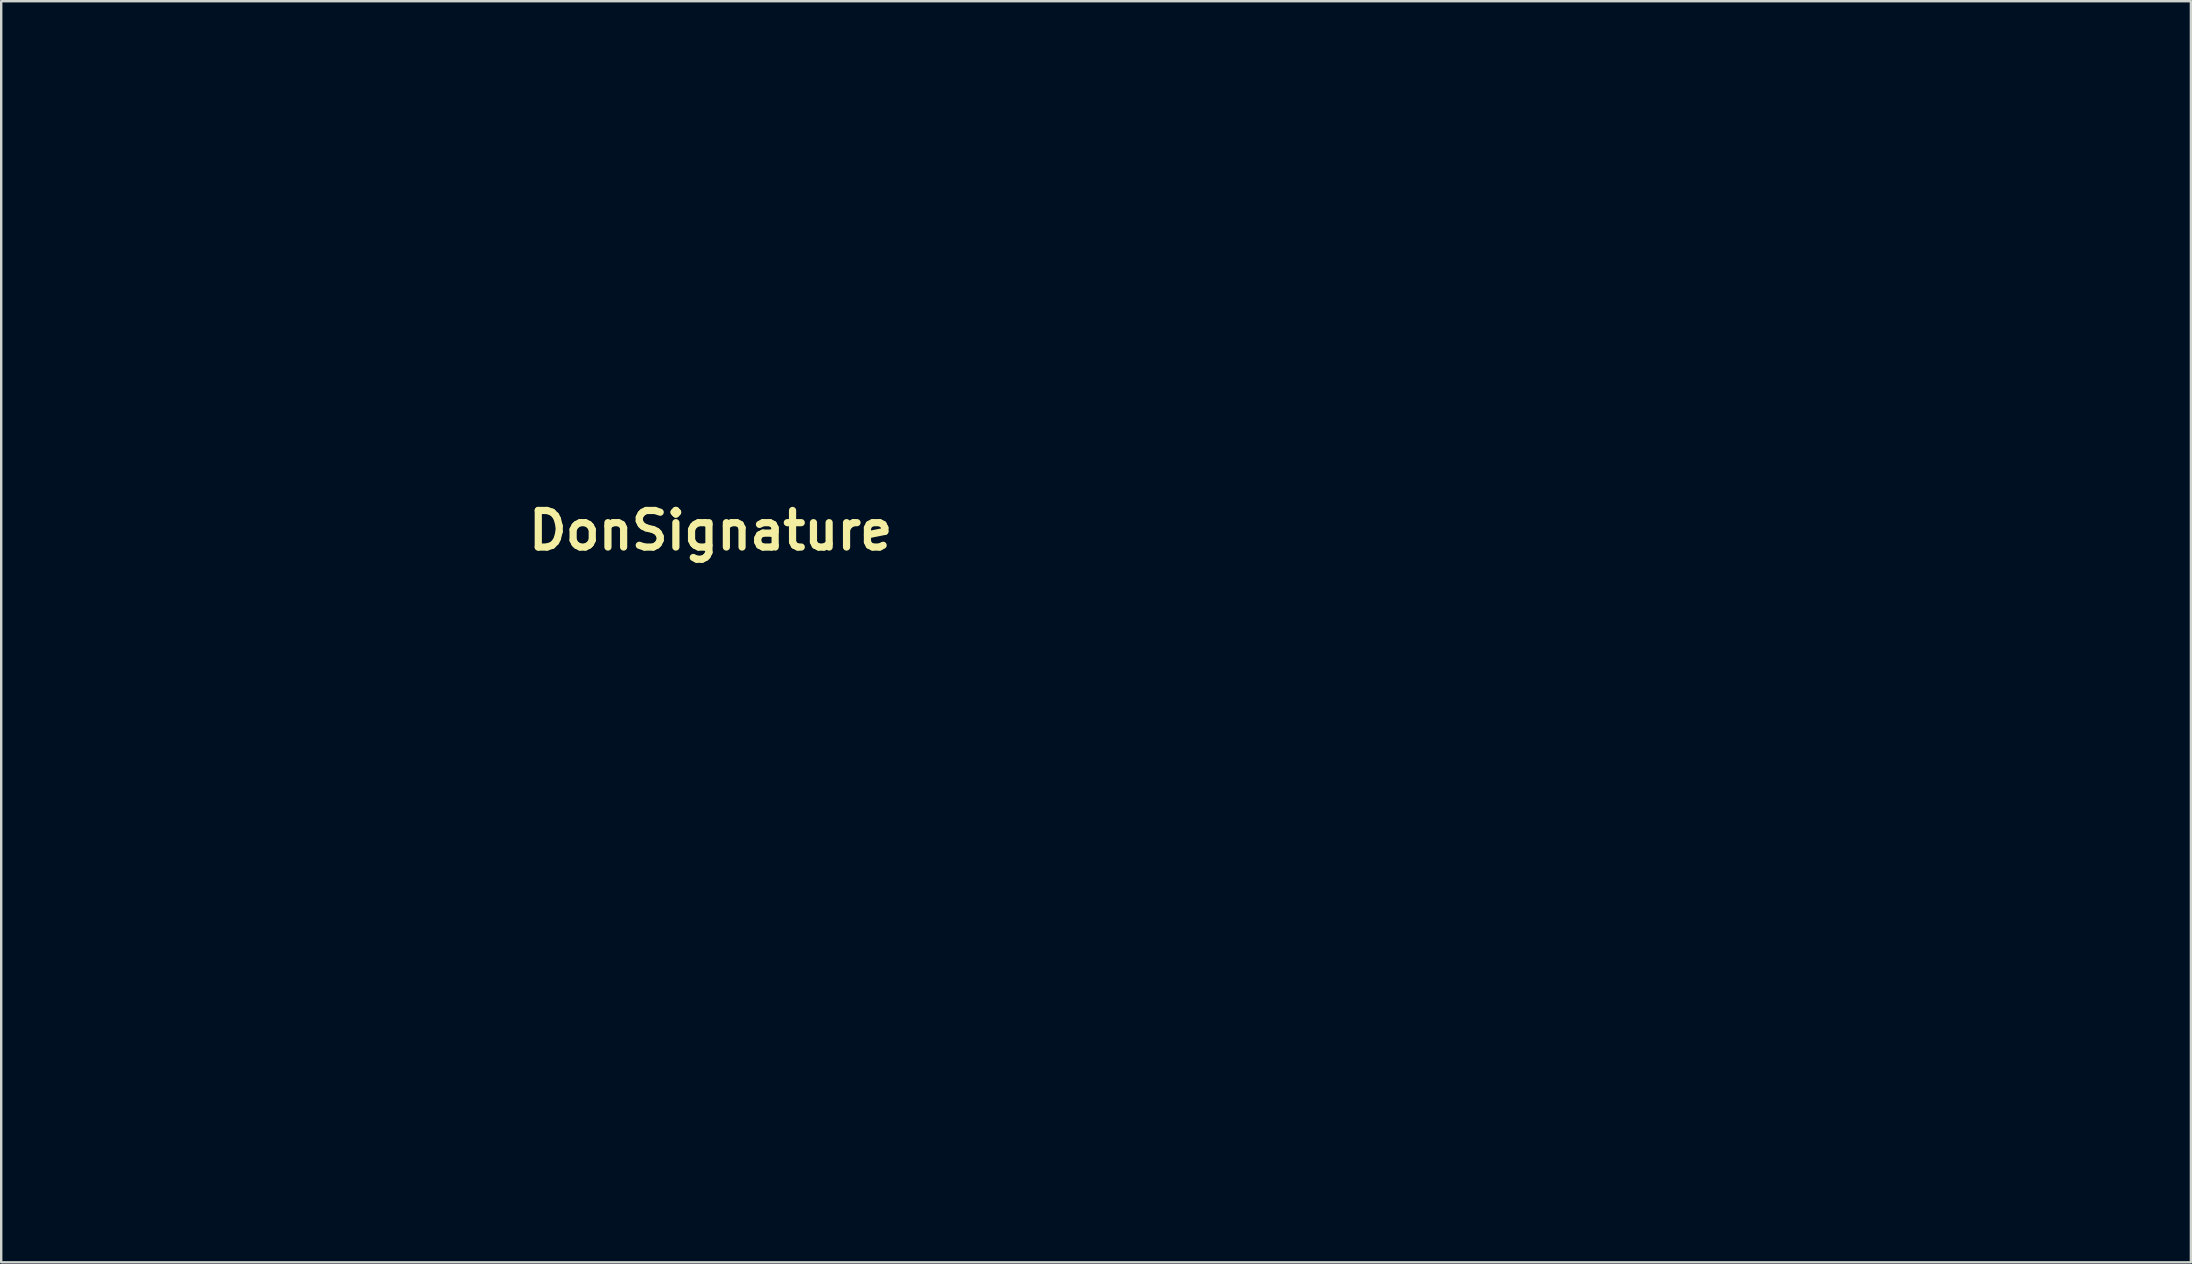
<source format=kicad_pcb>
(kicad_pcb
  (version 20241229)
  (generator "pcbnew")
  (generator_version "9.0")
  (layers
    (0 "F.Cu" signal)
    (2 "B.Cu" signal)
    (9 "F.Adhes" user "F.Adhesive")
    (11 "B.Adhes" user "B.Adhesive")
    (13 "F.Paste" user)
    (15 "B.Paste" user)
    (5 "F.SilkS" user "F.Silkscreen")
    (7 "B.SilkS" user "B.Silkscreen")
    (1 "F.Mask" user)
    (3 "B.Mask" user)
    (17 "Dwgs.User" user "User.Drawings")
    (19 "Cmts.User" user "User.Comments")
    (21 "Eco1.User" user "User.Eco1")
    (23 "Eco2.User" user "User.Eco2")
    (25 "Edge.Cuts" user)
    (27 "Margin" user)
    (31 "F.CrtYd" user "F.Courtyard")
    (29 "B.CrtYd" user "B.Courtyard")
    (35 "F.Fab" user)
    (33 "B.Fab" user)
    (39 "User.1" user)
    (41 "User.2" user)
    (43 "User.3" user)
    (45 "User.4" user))
  (footprint "DonSignature"
    (layer "F.Cu")
    (at 26.564 19.055)
    (property "Reference" "DonSignature" (at 0 0 0) (layer "F.SilkS") (effects (font (size 1.524 1.524) (thickness 0.3))))
    (attr through_hole)
    (fp_poly (pts (xy -23.876 1.984) (xy -24.13 2.381) (xy -24.384 1.984) (xy -24.13 1.587) (xy -23.876 1.984)) (stroke (width 0.01) (type solid)) (fill no) (layer "Eco2.User"))
    (fp_poly (pts (xy -19.304 -9.128) (xy -19.558 -8.731) (xy -19.812 -9.128) (xy -19.558 -9.525) (xy -19.304 -9.128)) (stroke (width 0.01) (type solid)) (fill no) (layer "Eco2.User"))
    (fp_poly (pts (xy -17.272 -5.159) (xy -17.526 -4.763) (xy -17.78 -5.159) (xy -17.526 -5.556) (xy -17.272 -5.159)) (stroke (width 0.01) (type solid)) (fill no) (layer "Eco2.User"))
    (fp_poly (pts (xy 13.208 7.541) (xy 12.954 7.938) (xy 12.7 7.541) (xy 12.954 7.144) (xy 13.208 7.541)) (stroke (width 0.01) (type solid)) (fill no) (layer "Eco2.User"))
    (fp_poly (pts (xy 13.716 9.128) (xy 13.462 9.525) (xy 13.208 9.128) (xy 13.462 8.731) (xy 13.716 9.128)) (stroke (width 0.01) (type solid)) (fill no) (layer "Eco2.User"))
    (fp_poly (pts (xy 14.732 13.097) (xy 14.478 13.494) (xy 14.224 13.097) (xy 14.478 12.7) (xy 14.732 13.097)) (stroke (width 0.01) (type solid)) (fill no) (layer "Eco2.User"))
    (fp_poly (pts (xy 44.704 24.209) (xy 44.45 24.606) (xy 44.196 24.209) (xy 44.45 23.812) (xy 44.704 24.209)) (stroke (width 0.01) (type solid)) (fill no) (layer "Eco2.User"))
    (fp_poly (pts (xy 50.8 11.509) (xy 50.546 11.906) (xy 50.292 11.509) (xy 50.546 11.113) (xy 50.8 11.509)) (stroke (width 0.01) (type solid)) (fill no) (layer "Eco2.User"))
    (fp_poly (pts (xy 9.483 4.233) (xy 9.413 4.705) (xy 9.144 4.763) (xy 8.726 4.472) (xy 8.805 4.233) (xy 9.408 4.138) (xy 9.483 4.233)) (stroke (width 0.01) (type solid)) (fill no) (layer "Eco2.User"))
    (fp_poly (pts (xy 12.531 13.758) (xy 12.461 14.23) (xy 12.192 14.287) (xy 11.774 13.997) (xy 11.853 13.758) (xy 12.456 13.663) (xy 12.531 13.758)) (stroke (width 0.01) (type solid)) (fill no) (layer "Eco2.User"))
    (fp_poly (pts (xy 20.159 7.789) (xy 20.22 9.029) (xy 20.119 9.31) (xy 19.888 9.073) (xy 19.852 8.268) (xy 19.976 7.421) (xy 20.159 7.789)) (stroke (width 0.01) (type solid)) (fill no) (layer "Eco2.User"))
    (fp_poly (pts (xy 26.755 9.79) (xy 26.815 10.732) (xy 26.755 10.848) (xy 26.453 10.739) (xy 26.416 10.319) (xy 26.602 9.665) (xy 26.755 9.79)) (stroke (width 0.01) (type solid)) (fill no) (layer "Eco2.User"))
    (fp_poly (pts (xy 47.106 9.839) (xy 46.955 10.2) (xy 46.44 10.256) (xy 45.898 10.062) (xy 46.133 9.777) (xy 46.927 9.682) (xy 47.106 9.839)) (stroke (width 0.01) (type solid)) (fill no) (layer "Eco2.User"))
    (fp_poly (pts (xy 49.612 18.058) (xy 49.68 19.683) (xy 49.612 20.042) (xy 49.427 20.142) (xy 49.356 19.05) (xy 49.436 17.923) (xy 49.612 18.058)) (stroke (width 0.01) (type solid)) (fill no) (layer "Eco2.User"))
    (fp_poly (pts (xy 13.273 10.815) (xy 13.665 11.8) (xy 13.585 12.375) (xy 13.125 12.161) (xy 12.71 11.529) (xy 12.383 10.531) (xy 12.608 10.319) (xy 13.273 10.815)) (stroke (width 0.01) (type solid)) (fill no) (layer "Eco2.User"))
    (fp_poly (pts (xy -22.931 -3.175) (xy -23.126 -1.476) (xy -23.368 -0.397) (xy -23.704 0.469) (xy -23.805 0) (xy -23.61 -1.699) (xy -23.368 -2.778) (xy -23.032 -3.644) (xy -22.931 -3.175)) (stroke (width 0.01) (type solid)) (fill no) (layer "Eco2.User"))
    (fp_poly (pts (xy -18.195 -8.109) (xy -17.807 -7.099) (xy -17.856 -6.76) (xy -18.387 -6.785) (xy -18.457 -6.879) (xy -18.792 -8.101) (xy -18.796 -8.229) (xy -18.538 -8.524) (xy -18.195 -8.109)) (stroke (width 0.01) (type solid)) (fill no) (layer "Eco2.User"))
    (fp_poly (pts (xy -16.913 -1.786) (xy -16.829 0.527) (xy -16.913 1.786) (xy -17.039 2.162) (xy -17.119 1.165) (xy -17.134 0) (xy -17.094 -1.717) (xy -16.993 -2.188) (xy -16.913 -1.786)) (stroke (width 0.01) (type solid)) (fill no) (layer "Eco2.User"))
    (fp_poly (pts (xy 49.134 10.435) (xy 49.35 11.319) (xy 49.275 13.06) (xy 49.27 13.097) (xy 48.978 15.478) (xy 48.594 13.202) (xy 48.396 11.085) (xy 48.741 10.309) (xy 49.134 10.435)) (stroke (width 0.01) (type solid)) (fill no) (layer "Eco2.User"))
    (fp_poly (pts (xy 54.683 19.127) (xy 54.708 19.264) (xy 54.782 20.993) (xy 54.689 21.645) (xy 54.522 21.671) (xy 54.454 20.429) (xy 54.455 20.241) (xy 54.528 19.01) (xy 54.683 19.127)) (stroke (width 0.01) (type solid)) (fill no) (layer "Eco2.User"))
    (fp_poly (pts (xy 1.19 0.592) (xy 1.153 1.741) (xy 0.762 2.86) (xy 0.213 3.779) (xy 0.029 3.371) (xy 0.024 3.175) (xy 0.209 1.666) (xy 0.64 0.585) (xy 1.095 0.423) (xy 1.19 0.592)) (stroke (width 0.01) (type solid)) (fill no) (layer "Eco2.User"))
    (fp_poly (pts (xy 27.226 14.495) (xy 27.339 15.562) (xy 27.137 17.42) (xy 27.095 17.647) (xy 26.607 20.241) (xy 26.334 18.109) (xy 26.279 16.251) (xy 26.527 14.82) (xy 26.965 14.278) (xy 27.226 14.495)) (stroke (width 0.01) (type solid)) (fill no) (layer "Eco2.User"))
    (fp_poly (pts (xy 35.03 18.712) (xy 35.084 18.922) (xy 35.275 21.18) (xy 35.068 22.097) (xy 34.755 22.594) (xy 34.612 21.782) (xy 34.592 20.241) (xy 34.63 18.356) (xy 34.756 17.9) (xy 35.03 18.712)) (stroke (width 0.01) (type solid)) (fill no) (layer "Eco2.User"))
    (fp_poly (pts (xy -17.323 4.418) (xy -17.454 5.157) (xy -18.048 6.358) (xy -18.788 7.469) (xy -19.344 7.938) (xy -19.32 7.435) (xy -18.746 6.205) (xy -18.636 6.01) (xy -17.831 4.789) (xy -17.343 4.398) (xy -17.323 4.418)) (stroke (width 0.01) (type solid)) (fill no) (layer "Eco2.User"))
    (fp_poly (pts (xy 28.785 15.682) (xy 29.285 16.326) (xy 29.507 16.23) (xy 29.919 16.187) (xy 29.776 17.284) (xy 29.21 19.05) (xy 28.747 20.234) (xy 28.544 20.246) (xy 28.501 18.916) (xy 28.506 17.859) (xy 28.573 16.133) (xy 28.716 15.531) (xy 28.785 15.682)) (stroke (width 0.01) (type solid)) (fill no) (layer "Eco2.User"))
    (fp_poly (pts (xy 27.911 5.925) (xy 28.184 6.924) (xy 28.348 8.955) (xy 28.37 10.337) (xy 28.323 12.911) (xy 28.192 14.094) (xy 27.943 14.079) (xy 27.765 13.692) (xy 27.589 12.554) (xy 27.443 10.504) (xy 27.364 8.215) (xy 27.381 6.502) (xy 27.697 5.828) (xy 27.911 5.925)) (stroke (width 0.01) (type solid)) (fill no) (layer "Eco2.User"))
    (fp_poly (pts (xy 34.383 14.829) (xy 34.314 15.972) (xy 33.925 17.724) (xy 33.393 19.454) (xy 32.897 20.531) (xy 32.753 20.637) (xy 32.539 19.99) (xy 32.512 19.447) (xy 32.757 18.39) (xy 32.965 18.256) (xy 33.407 17.581) (xy 33.79 16.073) (xy 34.111 14.821) (xy 34.376 14.801) (xy 34.383 14.829)) (stroke (width 0.01) (type solid)) (fill no) (layer "Eco2.User"))
    (fp_poly (pts (xy -24.662 -4.49) (xy -23.988 -3.436) (xy -23.964 -1.996) (xy -24.384 -1.191) (xy -24.78 -1.44) (xy -24.892 -2.381) (xy -25.091 -3.533) (xy -25.444 -3.529) (xy -25.791 -2.422) (xy -25.746 -1.498) (xy -25.762 -0.223) (xy -26.178 -0.126) (xy -26.559 -1.025) (xy -26.5 -2.51) (xy -25.879 -3.886) (xy -25.021 -4.562) (xy -24.662 -4.49)) (stroke (width 0.01) (type solid)) (fill no) (layer "Eco2.User"))
    (fp_poly (pts (xy 32.243 14.124) (xy 32.531 15.634) (xy 32.375 17.458) (xy 31.761 19.025) (xy 31.67 19.151) (xy 31.152 19.695) (xy 30.997 19.281) (xy 31.141 17.64) (xy 31.198 17.158) (xy 31.379 15.209) (xy 31.244 14.46) (xy 30.743 14.569) (xy 30.19 14.654) (xy 30.23 14.278) (xy 30.943 13.619) (xy 31.526 13.494) (xy 32.243 14.124)) (stroke (width 0.01) (type solid)) (fill no) (layer "Eco2.User"))
    (fp_poly (pts (xy -22.761 -18.37) (xy -21.789 -16.737) (xy -21.357 -14.767) (xy -21.356 -14.622) (xy -21.495 -14.046) (xy -21.887 -14.971) (xy -22.093 -15.677) (xy -23.001 -17.696) (xy -24.062 -18.295) (xy -25.075 -17.546) (xy -25.842 -15.516) (xy -26.044 -14.287) (xy -26.278 -12.303) (xy -26.347 -14.429) (xy -26.029 -16.764) (xy -25.089 -18.467) (xy -23.918 -19.05) (xy -22.761 -18.37)) (stroke (width 0.01) (type solid)) (fill no) (layer "Eco2.User"))
    (fp_poly (pts (xy -25.861 2.596) (xy -25.268 3.563) (xy -24.919 3.597) (xy -24.477 3.899) (xy -24.241 4.735) (xy -23.628 6.067) (xy -22.466 7.304) (xy -22.279 7.439) (xy -21.365 8.203) (xy -21.294 8.626) (xy -21.462 8.666) (xy -22.32 8.198) (xy -23.559 6.928) (xy -24.383 5.861) (xy -25.518 4.099) (xy -26.249 2.659) (xy -26.401 2.09) (xy -26.192 1.917) (xy -25.861 2.596)) (stroke (width 0.01) (type solid)) (fill no) (layer "Eco2.User"))
    (fp_poly (pts (xy 11.376 -0.46) (xy 11.642 0.797) (xy 11.684 2.381) (xy 11.58 4.511) (xy 11.205 5.434) (xy 10.82 5.556) (xy 10.26 5.341) (xy 10.566 4.604) (xy 11.064 3.167) (xy 11.147 1.507) (xy 10.835 0.27) (xy 10.439 0) (xy 9.597 0.618) (xy 9.185 1.389) (xy 8.772 2.161) (xy 8.651 1.945) (xy 9.059 0.486) (xy 10.054 -0.576) (xy 10.77 -0.794) (xy 11.376 -0.46)) (stroke (width 0.01) (type solid)) (fill no) (layer "Eco2.User"))
    (fp_poly (pts (xy 52.039 10.575) (xy 52.295 11.039) (xy 52.902 11.744) (xy 53.18 11.663) (xy 53.951 11.529) (xy 54.383 12.558) (xy 54.315 14.287) (xy 54.046 15.619) (xy 53.937 15.469) (xy 53.899 14.486) (xy 53.65 13.184) (xy 53.202 12.668) (xy 52.866 13.175) (xy 52.832 13.67) (xy 52.597 13.827) (xy 52.031 12.853) (xy 52.018 12.825) (xy 51.532 11.346) (xy 51.538 10.489) (xy 52.039 10.575)) (stroke (width 0.01) (type solid)) (fill no) (layer "Eco2.User"))
    (fp_poly (pts (xy -21.844 -11.264) (xy -21.424 -10.436) (xy -20.955 -10.263) (xy -20.409 -10.14) (xy -20.787 -9.772) (xy -21.07 -9.594) (xy -21.985 -8.391) (xy -22.417 -7.07) (xy -22.673 -5.755) (xy -22.772 -5.935) (xy -22.809 -6.945) (xy -23.054 -8.241) (xy -23.88 -8.704) (xy -24.384 -8.731) (xy -25.454 -8.929) (xy -25.908 -9.407) (xy -25.908 -9.415) (xy -25.483 -9.785) (xy -24.559 -9.696) (xy -23.209 -9.837) (xy -22.527 -10.751) (xy -22.012 -11.525) (xy -21.844 -11.264)) (stroke (width 0.01) (type solid)) (fill no) (layer "Eco2.User"))
    (fp_poly (pts (xy 38.654 15.707) (xy 38.366 17.26) (xy 37.875 19.25) (xy 37.31 21.191) (xy 36.798 22.594) (xy 36.519 23) (xy 36.375 22.348) (xy 36.466 20.916) (xy 36.522 19.459) (xy 36.146 19.371) (xy 36.142 19.376) (xy 35.664 19.39) (xy 35.56 18.474) (xy 35.787 17.146) (xy 36.307 15.927) (xy 36.417 15.774) (xy 37.029 15.107) (xy 37.049 15.599) (xy 36.947 16.048) (xy 36.88 17.397) (xy 37.07 17.845) (xy 37.551 17.566) (xy 37.844 16.68) (xy 38.286 15.392) (xy 38.61 15.081) (xy 38.654 15.707)) (stroke (width 0.01) (type solid)) (fill no) (layer "Eco2.User"))
    (fp_poly (pts (xy 10.413 6.965) (xy 10.577 7.831) (xy 9.902 9.479) (xy 9.56 10.075) (xy 8.834 11.392) (xy 8.788 12.176) (xy 9.395 13.033) (xy 9.433 13.077) (xy 10.083 13.924) (xy 10.16 14.168) (xy 9.536 13.943) (xy 8.391 13.497) (xy 8.382 13.494) (xy 7.532 13.062) (xy 7.463 12.807) (xy 7.523 12.794) (xy 7.963 12.306) (xy 7.907 11.989) (xy 8.042 11.149) (xy 8.385 10.824) (xy 9.057 9.97) (xy 9.002 9.068) (xy 8.382 8.731) (xy 7.707 9.23) (xy 7.62 9.657) (xy 7.42 10.198) (xy 7.294 10.073) (xy 7.257 9.128) (xy 7.9 8.017) (xy 8.955 7.138) (xy 9.414 6.945) (xy 10.413 6.965)) (stroke (width 0.01) (type solid)) (fill no) (layer "Eco2.User"))
    (fp_poly (pts (xy 53.208 21.828) (xy 53.476 24.797) (xy 53.902 26.521) (xy 54.439 26.875) (xy 54.877 26.187) (xy 55.273 25.583) (xy 55.364 25.858) (xy 55.812 26.386) (xy 56.912 26.501) (xy 57.023 26.488) (xy 58.674 26.264) (xy 57.15 26.929) (xy 55.278 27.49) (xy 53.253 27.489) (xy 50.8 26.966) (xy 49.082 26.378) (xy 47.58 25.675) (xy 47.244 25.468) (xy 46.476 24.908) (xy 46.571 24.794) (xy 47.596 25.054) (xy 47.625 25.062) (xy 48.755 25.253) (xy 49.219 24.723) (xy 49.336 23.28) (xy 49.396 21.034) (xy 49.72 23.416) (xy 50.197 25.237) (xy 51.157 25.984) (xy 51.437 26.048) (xy 52.246 26.105) (xy 52.672 25.649) (xy 52.854 24.308) (xy 52.924 22.079) (xy 53.015 17.859) (xy 53.208 21.828)) (stroke (width 0.01) (type solid)) (fill no) (layer "Eco2.User"))
    (fp_poly (pts (xy 22.873 4.292) (xy 23.643 5.408) (xy 23.784 6.15) (xy 23.611 8.021) (xy 22.969 10.079) (xy 22.94 10.144) (xy 21.933 12.354) (xy 23.412 13.681) (xy 24.542 15.125) (xy 24.854 16.536) (xy 24.301 17.625) (xy 24.088 17.774) (xy 23.339 18.135) (xy 22.63 18.067) (xy 21.508 17.503) (xy 21.227 17.343) (xy 20.301 16.635) (xy 20.264 16.324) (xy 21.265 16.324) (xy 21.736 16.811) (xy 23.013 17.358) (xy 23.772 17.198) (xy 23.876 16.86) (xy 23.494 16.028) (xy 22.792 15.199) (xy 22.096 14.684) (xy 23.368 14.684) (xy 23.622 15.081) (xy 23.876 14.684) (xy 23.622 14.287) (xy 23.368 14.684) (xy 22.096 14.684) (xy 21.911 14.547) (xy 21.405 14.935) (xy 21.287 15.206) (xy 21.265 16.324) (xy 20.264 16.324) (xy 20.201 15.784) (xy 20.446 15.061) (xy 20.808 13.527) (xy 20.388 12.925) (xy 19.602 13.181) (xy 19.002 14.126) (xy 19.015 14.828) (xy 19.013 15.56) (xy 18.79 15.473) (xy 18.321 14.396) (xy 18.44 13.21) (xy 19.025 12.7) (xy 19.867 12.082) (xy 20.279 11.311) (xy 20.69 10.596) (xy 20.813 10.914) (xy 21.035 11.795) (xy 21.55 11.559) (xy 22.198 10.513) (xy 22.82 8.962) (xy 23.257 7.213) (xy 23.368 5.993) (xy 22.985 5.009) (xy 22.087 4.827) (xy 21.047 5.482) (xy 20.827 5.755) (xy 20.379 6.323) (xy 20.575 5.805) (xy 20.808 5.32) (xy 21.802 4.227) (xy 22.873 4.292)) (stroke (width 0.01) (type solid)) (fill no) (layer "Eco2.User"))
    (fp_poly (pts (xy -4.181 -0.74) (xy -4.307 1.01) (xy -4.348 1.45) (xy -4.517 3.574) (xy -4.391 4.529) (xy -3.827 4.715) (xy -3.226 4.625) (xy -2.058 4.002) (xy -1.616 2.58) (xy -1.375 1.006) (xy -1.125 0.815) (xy -0.937 1.804) (xy -0.884 3.774) (xy -0.906 4.564) (xy -0.97 6.764) (xy -0.882 7.617) (xy -0.575 7.355) (xy -0.275 6.794) (xy 0.299 6.053) (xy 0.527 6.46) (xy 0.359 7.645) (xy -0.017 8.731) (xy -0.483 9.456) (xy -0.929 8.834) (xy -1.085 8.438) (xy -1.594 7.473) (xy -2.023 7.897) (xy -2.084 8.041) (xy -2.415 8.448) (xy -2.543 7.391) (xy -2.548 7.144) (xy -2.613 5.827) (xy -2.853 5.96) (xy -3.104 6.59) (xy -3.347 8.239) (xy -3.026 9.17) (xy -2.738 10.102) (xy -3.093 10.257) (xy -3.833 9.593) (xy -4.026 9.327) (xy -4.629 8.732) (xy -4.932 9.327) (xy -5.454 10.265) (xy -5.97 9.899) (xy -6.096 9.037) (xy -6.182 8.225) (xy -6.617 8.335) (xy -7.366 9.055) (xy -8.259 9.876) (xy -8.591 9.61) (xy -8.644 8.154) (xy -8.719 6.755) (xy -8.981 6.78) (xy -9.152 7.144) (xy -9.63 7.935) (xy -10.084 7.303) (xy -10.152 7.144) (xy -10.55 6.426) (xy -10.658 7.194) (xy -10.66 7.389) (xy -10.89 8.364) (xy -11.303 8.204) (xy -11.898 7.722) (xy -12.654 7.459) (xy -13.984 7.277) (xy -14.097 7.265) (xy -14.995 6.729) (xy -15.181 5.358) (xy -15.095 4.284) (xy -14.929 4.736) (xy -14.89 4.961) (xy -14.415 6.208) (xy -13.754 5.96) (xy -13.244 4.867) (xy -12.96 3.312) (xy -13.427 2.737) (xy -14.103 2.968) (xy -14.634 3.043) (xy -14.519 2.484) (xy -13.798 1.941) (xy -12.736 2.224) (xy -11.782 3.161) (xy -11.544 3.643) (xy -10.802 4.334) (xy -10.401 4.248) (xy -9.758 4.337) (xy -9.652 4.769) (xy -9.367 5.201) (xy -8.458 4.516) (xy -8.382 4.439) (xy -7.488 3.619) (xy -7.145 3.887) (xy -7.066 5.34) (xy -7.014 6.656) (xy -6.884 6.633) (xy -6.588 5.182) (xy -6.511 4.764) (xy -6.078 2.824) (xy -5.677 1.662) (xy -5.624 1.589) (xy -5.084 0.649) (xy -4.634 -0.397) (xy -4.281 -1.148) (xy -4.181 -0.74)) (stroke (width 0.01) (type solid)) (fill no) (layer "Eco2.User")))
  (gr_rect
    (start -3 -3)
    (end 88.243 49.55)
    (stroke (width 0.1) (type default))
    (fill no)
    (layer "Edge.Cuts")))
</source>
